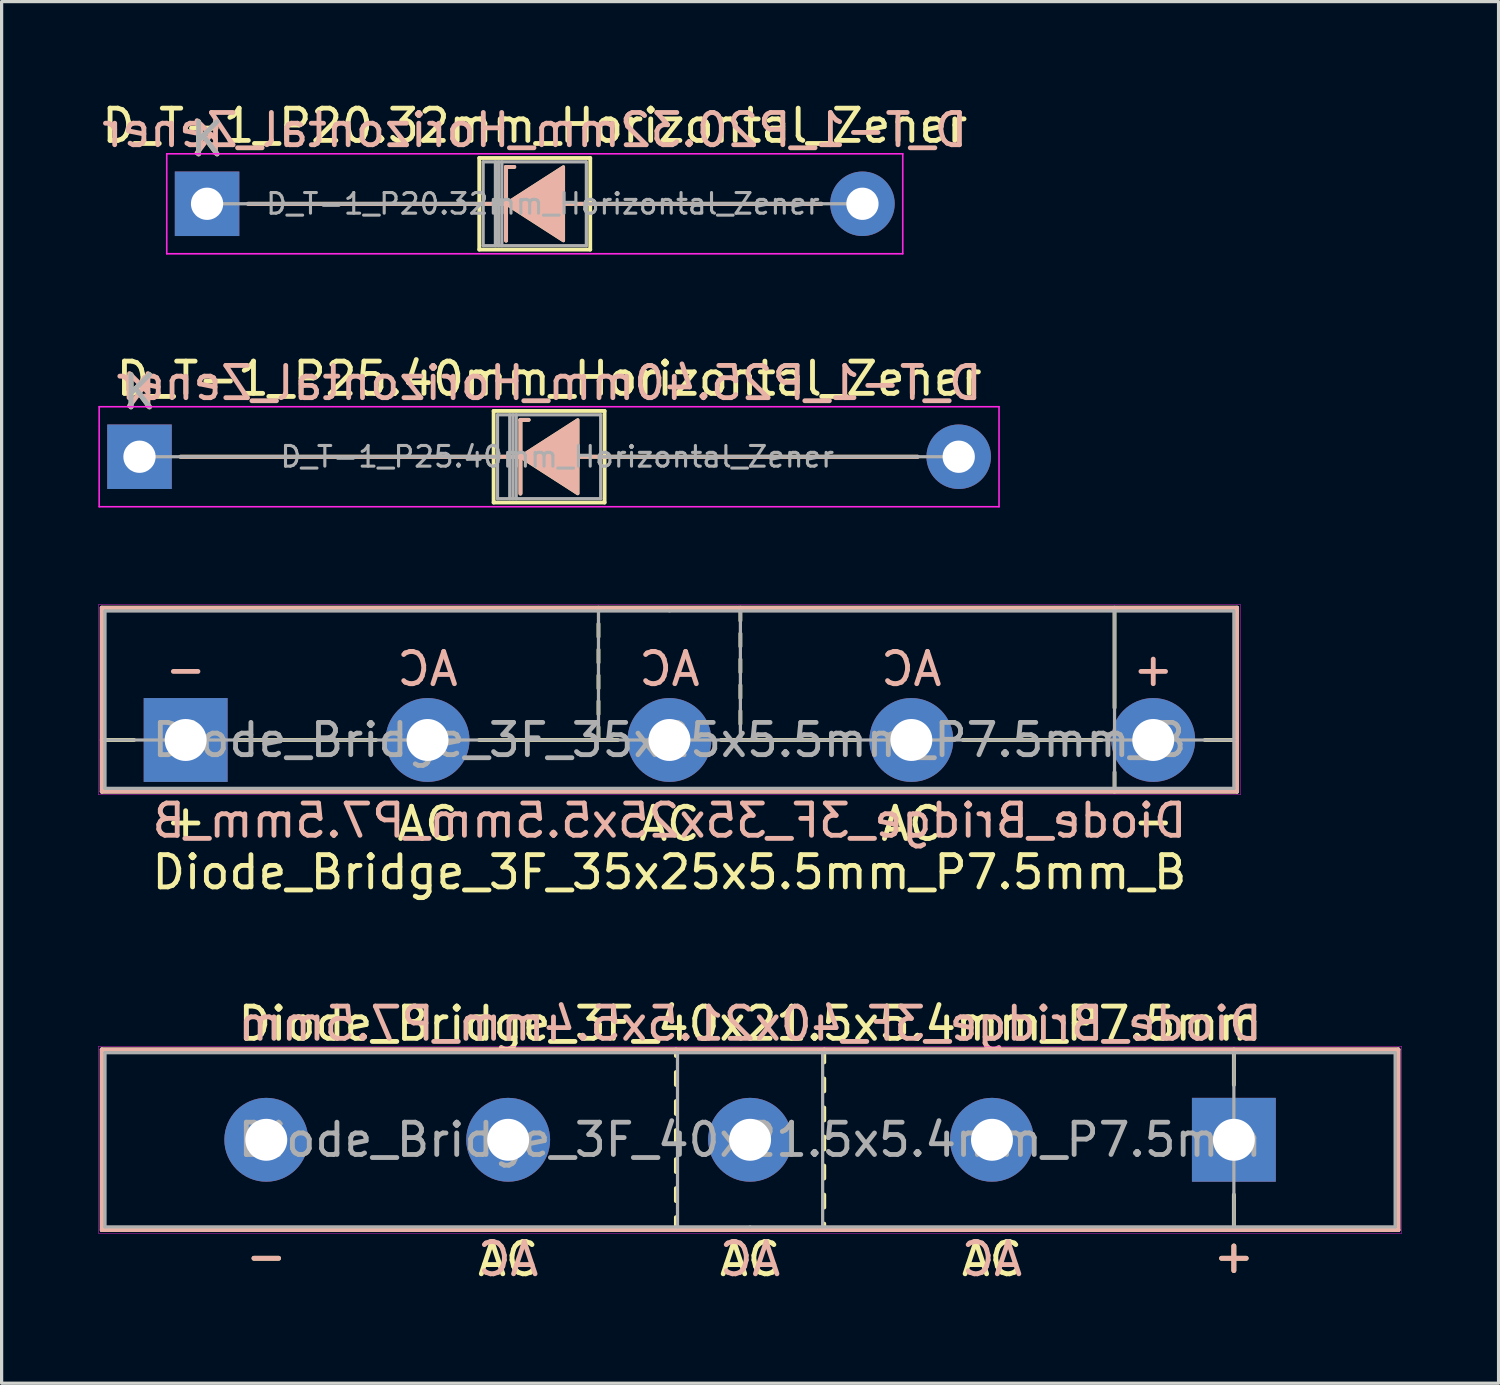
<source format=kicad_pcb>
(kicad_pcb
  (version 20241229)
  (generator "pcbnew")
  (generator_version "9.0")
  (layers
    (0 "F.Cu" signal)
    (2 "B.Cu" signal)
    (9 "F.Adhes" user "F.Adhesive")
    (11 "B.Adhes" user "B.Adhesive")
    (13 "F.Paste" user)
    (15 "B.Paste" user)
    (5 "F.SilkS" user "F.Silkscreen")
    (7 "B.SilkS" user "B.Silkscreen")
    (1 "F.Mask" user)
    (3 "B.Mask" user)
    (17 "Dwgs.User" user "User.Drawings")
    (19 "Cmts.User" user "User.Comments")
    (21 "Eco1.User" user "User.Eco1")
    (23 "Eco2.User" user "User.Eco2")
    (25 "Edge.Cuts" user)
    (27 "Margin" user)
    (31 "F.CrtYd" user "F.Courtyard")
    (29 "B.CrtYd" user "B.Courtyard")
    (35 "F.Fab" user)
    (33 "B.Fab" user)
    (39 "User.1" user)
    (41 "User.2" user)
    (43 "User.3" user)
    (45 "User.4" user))
  (footprint "Diode_Bridge_3F_35x25x5.5mm_P7.5mm_B"
    (layer "F.Cu")
    (at 2.706 19.893)
    (property "Reference" "Diode_Bridge_3F_35x25x5.5mm_P7.5mm_B" (at 15 4.1 0) (unlocked yes) (layer "F.SilkS") (effects (font (size 1 1) (thickness 0.15))))
    (fp_line (start -2.6 -4.1) (end 32.6 -4.1) (stroke (width 0.12) (type solid)) (layer "F.SilkS"))
    (fp_line (start -2.6 0) (end -1.6 0) (stroke (width 0.12) (type solid)) (layer "F.SilkS"))
    (fp_line (start -2.6 1.6) (end -2.6 -4.1) (stroke (width 0.12) (type solid)) (layer "F.SilkS"))
    (fp_line (start 1.6 0) (end 5.9 0) (stroke (width 0.12) (type solid)) (layer "F.SilkS"))
    (fp_line (start 9.1 0) (end 13.4 0) (stroke (width 0.12) (type solid)) (layer "F.SilkS"))
    (fp_line (start 12.8 -4) (end 12.8 -4.1) (stroke (width 0.12) (type solid)) (layer "F.SilkS"))
    (fp_line (start 12.8 -3.2) (end 12.8 -3.6) (stroke (width 0.12) (type solid)) (layer "F.SilkS"))
    (fp_line (start 12.8 -2.4) (end 12.8 -2.8) (stroke (width 0.12) (type solid)) (layer "F.SilkS"))
    (fp_line (start 12.8 -1.6) (end 12.8 -2) (stroke (width 0.12) (type solid)) (layer "F.SilkS"))
    (fp_line (start 12.8 -0.8) (end 12.8 -1.2) (stroke (width 0.12) (type solid)) (layer "F.SilkS"))
    (fp_line (start 12.8 0) (end 12.8 -0.4) (stroke (width 0.12) (type solid)) (layer "F.SilkS"))
    (fp_line (start 16.6 0) (end 20.9 0) (stroke (width 0.12) (type solid)) (layer "F.SilkS"))
    (fp_line (start 17.2 -4.1) (end 17.2 -3.7) (stroke (width 0.12) (type solid)) (layer "F.SilkS"))
    (fp_line (start 17.2 -3.3) (end 17.2 -2.9) (stroke (width 0.12) (type solid)) (layer "F.SilkS"))
    (fp_line (start 17.2 -2.5) (end 17.2 -2.1) (stroke (width 0.12) (type solid)) (layer "F.SilkS"))
    (fp_line (start 17.2 -1.7) (end 17.2 -1.3) (stroke (width 0.12) (type solid)) (layer "F.SilkS"))
    (fp_line (start 17.2 -0.9) (end 17.2 -0.5) (stroke (width 0.12) (type solid)) (layer "F.SilkS"))
    (fp_line (start 17.2 -0.1) (end 17.2 0) (stroke (width 0.12) (type solid)) (layer "F.SilkS"))
    (fp_line (start 24.1 0) (end 28.4 0) (stroke (width 0.12) (type solid)) (layer "F.SilkS"))
    (fp_line (start 28.8 -4.1) (end 28.8 -1) (stroke (width 0.12) (type solid)) (layer "F.SilkS"))
    (fp_line (start 28.8 1.6) (end 28.8 1) (stroke (width 0.12) (type solid)) (layer "F.SilkS"))
    (fp_line (start 31.6 0) (end 32.6 0) (stroke (width 0.12) (type solid)) (layer "F.SilkS"))
    (fp_line (start 32.6 -4.1) (end 32.6 1.6) (stroke (width 0.12) (type solid)) (layer "F.SilkS"))
    (fp_line (start 32.6 1.6) (end -2.6 1.6) (stroke (width 0.12) (type solid)) (layer "F.SilkS"))
    (fp_line (start -2.6 -4.1) (end 32.6 -4.1) (stroke (width 0.12) (type solid)) (layer "B.SilkS"))
    (fp_line (start -2.6 1.6) (end -2.6 -4.1) (stroke (width 0.12) (type solid)) (layer "B.SilkS"))
    (fp_line (start 32.6 -4.1) (end 32.6 1.6) (stroke (width 0.12) (type solid)) (layer "B.SilkS"))
    (fp_line (start 32.6 1.6) (end -2.6 1.6) (stroke (width 0.12) (type solid)) (layer "B.SilkS"))
    (fp_line (start -2.7 -4.2) (end 32.7 -4.2) (stroke (width 0.013) (type solid)) (layer "F.CrtYd"))
    (fp_line (start -2.7 1.7) (end -2.7 -4.2) (stroke (width 0.013) (type solid)) (layer "F.CrtYd"))
    (fp_line (start 32.7 -4.2) (end 32.7 1.7) (stroke (width 0.013) (type solid)) (layer "F.CrtYd"))
    (fp_line (start 32.7 1.7) (end -2.7 1.7) (stroke (width 0.013) (type solid)) (layer "F.CrtYd"))
    (fp_line (start -2.5 0) (end -2.5 -4) (stroke (width 0.1) (type solid)) (layer "F.Fab"))
    (fp_line (start -2.5 0) (end -2.5 1.5) (stroke (width 0.1) (type solid)) (layer "F.Fab"))
    (fp_line (start -2.5 1.5) (end 32.5 1.5) (stroke (width 0.1) (type solid)) (layer "F.Fab"))
    (fp_line (start 12.8 -4) (end 12.8 0) (stroke (width 0.1) (type solid)) (layer "F.Fab"))
    (fp_line (start 15 -4) (end -2.5 -4) (stroke (width 0.1) (type solid)) (layer "F.Fab"))
    (fp_line (start 15 -4) (end 32.5 -4) (stroke (width 0.1) (type solid)) (layer "F.Fab"))
    (fp_line (start 17.2 -4) (end 17.2 0) (stroke (width 0.1) (type solid)) (layer "F.Fab"))
    (fp_line (start 28.8 1.5) (end 28.8 -4) (stroke (width 0.1) (type solid)) (layer "F.Fab"))
    (fp_line (start 32.5 -4) (end 32.5 0) (stroke (width 0.1) (type solid)) (layer "F.Fab"))
    (fp_line (start 32.5 0) (end -2.5 0) (stroke (width 0.1) (type solid)) (layer "F.Fab"))
    (fp_line (start 32.5 1.5) (end 32.5 0) (stroke (width 0.1) (type solid)) (layer "F.Fab"))
    (fp_text user "AC" (at 15 2.6 0) (layer "F.SilkS") (effects (font (size 1 1) (thickness 0.15))))
    (fp_text user "AC" (at 22.5 2.6 0) (layer "F.SilkS") (effects (font (size 1 1) (thickness 0.15))))
    (fp_text user "-" (at 30 2.5 0) (layer "F.SilkS") (effects (font (size 1 1) (thickness 0.15))))
    (fp_text user "AC" (at 7.5 2.6 0) (layer "F.SilkS") (effects (font (size 1 1) (thickness 0.15))))
    (fp_text user "+" (at 0 2.5 0) (layer "F.SilkS") (effects (font (size 1 1) (thickness 0.15))))
    (fp_text user "AC" (at 22.5 -2.2 0) (layer "B.SilkS") (effects (font (size 1 1) (thickness 0.15)) (justify mirror)))
    (fp_text user "AC" (at 15 -2.2 0) (layer "B.SilkS") (effects (font (size 1 1) (thickness 0.15)) (justify mirror)))
    (fp_text user "-" (at 0 -2.2 0) (layer "B.SilkS") (effects (font (size 1 1) (thickness 0.15)) (justify mirror)))
    (fp_text user "+" (at 30 -2.2 0) (layer "B.SilkS") (effects (font (size 1 1) (thickness 0.15)) (justify mirror)))
    (fp_text user "${REFERENCE}" (at 15 2.5 0) (layer "B.SilkS") (effects (font (size 1 1) (thickness 0.15)) (justify mirror)))
    (fp_text user "AC" (at 7.5 -2.2 0) (layer "B.SilkS") (effects (font (size 1 1) (thickness 0.15)) (justify mirror)))
    (fp_text user "${REFERENCE}" (at 15 0 0) (layer "F.Fab") (effects (font (size 1 1) (thickness 0.15))))
    (pad "1" thru_hole rect (at 0 0) (size 2.6 2.6) (drill 1.3) (layers "*.Cu" "*.Mask"))
    (pad "2" thru_hole circle (at 7.5 0) (size 2.6 2.6) (drill 1.3) (layers "*.Cu" "*.Mask"))
    (pad "3" thru_hole circle (at 15 0) (size 2.6 2.6) (drill 1.3) (layers "*.Cu" "*.Mask"))
    (pad "4" thru_hole circle (at 22.5 0) (size 2.6 2.6) (drill 1.3) (layers "*.Cu" "*.Mask"))
    (pad "5" thru_hole circle (at 30 0) (size 2.6 2.6) (drill 1.3) (layers "*.Cu" "*.Mask")))
  (footprint "Diode_Bridge_3F_40x21.5x5.4mm_P7.5mm"
    (layer "F.Cu")
    (at 35.206 32.289)
    (property "Reference" "Diode_Bridge_3F_40x21.5x5.4mm_P7.5mm" (at -15 -3.6 0) (unlocked yes) (layer "F.SilkS") (effects (font (size 1 1) (thickness 0.15))))
    (fp_line (start -35.1 -2.8) (end 5.1 -2.8) (stroke (width 0.12) (type solid)) (layer "F.SilkS"))
    (fp_line (start -35.1 2.8) (end -35.1 -2.8) (stroke (width 0.12) (type solid)) (layer "F.SilkS"))
    (fp_line (start -17.3 -2.6) (end -17.3 -2.8) (stroke (width 0.12) (type solid)) (layer "F.SilkS"))
    (fp_line (start -17.3 -1.7) (end -17.3 -2.1) (stroke (width 0.12) (type solid)) (layer "F.SilkS"))
    (fp_line (start -17.3 -0.8) (end -17.3 -1.2) (stroke (width 0.12) (type solid)) (layer "F.SilkS"))
    (fp_line (start -17.3 0.1) (end -17.3 -0.3) (stroke (width 0.12) (type solid)) (layer "F.SilkS"))
    (fp_line (start -17.3 1) (end -17.3 0.6) (stroke (width 0.12) (type solid)) (layer "F.SilkS"))
    (fp_line (start -17.3 1.9) (end -17.3 1.5) (stroke (width 0.12) (type solid)) (layer "F.SilkS"))
    (fp_line (start -17.3 2.8) (end -17.3 2.4) (stroke (width 0.12) (type solid)) (layer "F.SilkS"))
    (fp_line (start -12.7 -2.8) (end -12.7 -2.4) (stroke (width 0.12) (type solid)) (layer "F.SilkS"))
    (fp_line (start -12.7 -1.9) (end -12.7 -1.5) (stroke (width 0.12) (type solid)) (layer "F.SilkS"))
    (fp_line (start -12.7 -1) (end -12.7 -0.6) (stroke (width 0.12) (type solid)) (layer "F.SilkS"))
    (fp_line (start -12.7 -0.1) (end -12.7 0.3) (stroke (width 0.12) (type solid)) (layer "F.SilkS"))
    (fp_line (start -12.7 0.8) (end -12.7 1.2) (stroke (width 0.12) (type solid)) (layer "F.SilkS"))
    (fp_line (start -12.7 1.7) (end -12.7 2.1) (stroke (width 0.12) (type solid)) (layer "F.SilkS"))
    (fp_line (start -12.7 2.6) (end -12.7 2.8) (stroke (width 0.12) (type solid)) (layer "F.SilkS"))
    (fp_line (start 0 -1.7) (end 0 -2.8) (stroke (width 0.12) (type solid)) (layer "F.SilkS"))
    (fp_line (start 0 2.8) (end 0 1.7) (stroke (width 0.12) (type solid)) (layer "F.SilkS"))
    (fp_line (start 5.1 -2.8) (end 5.1 2.8) (stroke (width 0.12) (type solid)) (layer "F.SilkS"))
    (fp_line (start 5.1 2.8) (end -35.1 2.8) (stroke (width 0.12) (type solid)) (layer "F.SilkS"))
    (fp_line (start -35.1 -2.8) (end 5.1 -2.8) (stroke (width 0.12) (type solid)) (layer "B.SilkS"))
    (fp_line (start -35.1 2.8) (end -35.1 -2.8) (stroke (width 0.12) (type solid)) (layer "B.SilkS"))
    (fp_line (start 5.1 -2.8) (end 5.1 2.8) (stroke (width 0.12) (type solid)) (layer "B.SilkS"))
    (fp_line (start 5.1 2.8) (end -35.1 2.8) (stroke (width 0.12) (type solid)) (layer "B.SilkS"))
    (fp_line (start -35.2 -2.9) (end -35.2 2.9) (stroke (width 0.013) (type solid)) (layer "F.CrtYd"))
    (fp_line (start -35.2 2.9) (end 5.2 2.9) (stroke (width 0.013) (type solid)) (layer "F.CrtYd"))
    (fp_line (start 5.2 -2.9) (end -35.2 -2.9) (stroke (width 0.013) (type solid)) (layer "F.CrtYd"))
    (fp_line (start 5.2 2.9) (end 5.2 -2.9) (stroke (width 0.013) (type solid)) (layer "F.CrtYd"))
    (fp_line (start -35 -2.7) (end 5 -2.7) (stroke (width 0.1) (type solid)) (layer "F.Fab"))
    (fp_line (start -35 2.7) (end -35 -2.7) (stroke (width 0.1) (type solid)) (layer "F.Fab"))
    (fp_line (start -17.25 0) (end -17.25 -2.7) (stroke (width 0.1) (type solid)) (layer "F.Fab"))
    (fp_line (start -17.25 0) (end -17.25 2.65) (stroke (width 0.1) (type solid)) (layer "F.Fab"))
    (fp_line (start -17.25 2.65) (end -17.25 2.7) (stroke (width 0.1) (type solid)) (layer "F.Fab"))
    (fp_line (start -15 2.7) (end -35 2.7) (stroke (width 0.1) (type solid)) (layer "F.Fab"))
    (fp_line (start -12.75 0) (end -12.75 -2.7) (stroke (width 0.1) (type solid)) (layer "F.Fab"))
    (fp_line (start -12.75 0) (end -12.75 2.7) (stroke (width 0.1) (type solid)) (layer "F.Fab"))
    (fp_line (start 0 2.7) (end 0 -2.7) (stroke (width 0.1) (type solid)) (layer "F.Fab"))
    (fp_line (start 5 -2.7) (end 5 2.7) (stroke (width 0.1) (type solid)) (layer "F.Fab"))
    (fp_line (start 5 2.7) (end -15 2.7) (stroke (width 0.1) (type solid)) (layer "F.Fab"))
    (fp_text user "AC" (at -7.5 3.7 0) (layer "F.SilkS") (effects (font (size 1 1) (thickness 0.15))))
    (fp_text user "-" (at -30 3.6 0) (layer "F.SilkS") (effects (font (size 1 1) (thickness 0.15))))
    (fp_text user "AC" (at -22.5 3.7 0) (layer "F.SilkS") (effects (font (size 1 1) (thickness 0.15))))
    (fp_text user "+" (at 0 3.6 0) (layer "F.SilkS") (effects (font (size 1 1) (thickness 0.15))))
    (fp_text user "AC" (at -15 3.7 0) (layer "F.SilkS") (effects (font (size 1 1) (thickness 0.15))))
    (fp_text user "AC" (at -7.5 3.7 180) (layer "B.SilkS") (effects (font (size 1 1) (thickness 0.15)) (justify mirror)))
    (fp_text user "${REFERENCE}" (at -15 -3.6 0) (layer "B.SilkS") (effects (font (size 1 1) (thickness 0.15)) (justify mirror)))
    (fp_text user "AC" (at -15 3.7 180) (layer "B.SilkS") (effects (font (size 1 1) (thickness 0.15)) (justify mirror)))
    (fp_text user "AC" (at -22.5 3.7 180) (layer "B.SilkS") (effects (font (size 1 1) (thickness 0.15)) (justify mirror)))
    (fp_text user "+" (at 0 3.6 180) (layer "B.SilkS") (effects (font (size 1 1) (thickness 0.15)) (justify mirror)))
    (fp_text user "-" (at -30 3.6 180) (layer "B.SilkS") (effects (font (size 1 1) (thickness 0.15)) (justify mirror)))
    (fp_text user "${REFERENCE}" (at -15 0 0) (layer "F.Fab") (effects (font (size 1 1) (thickness 0.15))))
    (pad "1" thru_hole rect (at 0 0) (size 2.6 2.6) (drill 1.3) (layers "*.Cu" "*.Mask"))
    (pad "2" thru_hole circle (at -7.5 0) (size 2.6 2.6) (drill 1.3) (layers "*.Cu" "*.Mask"))
    (pad "3" thru_hole circle (at -15 0) (size 2.6 2.6) (drill 1.3) (layers "*.Cu" "*.Mask"))
    (pad "4" thru_hole circle (at -22.5 0) (size 2.6 2.6) (drill 1.3) (layers "*.Cu" "*.Mask"))
    (pad "5" thru_hole circle (at -30 0) (size 2.6 2.6) (drill 1.3) (layers "*.Cu" "*.Mask")))
  (footprint "D_T-1_P25.40mm_Horizontal_Zener"
    (layer "F.Cu")
    (at 1.275 11.111)
    (property "Reference" "D_T-1_P25.40mm_Horizontal_Zener" (at 12.7 -2.42 0) (layer "F.SilkS") (effects (font (size 1 1) (thickness 0.15))))
    (fp_line (start 1.27 0) (end 10.98 0) (stroke (width 0.12) (type solid)) (layer "F.SilkS"))
    (fp_line (start 10.98 -1.42) (end 10.98 1.42) (stroke (width 0.12) (type solid)) (layer "F.SilkS"))
    (fp_line (start 10.98 1.42) (end 14.42 1.42) (stroke (width 0.12) (type solid)) (layer "F.SilkS"))
    (fp_line (start 11.811 -1.143) (end 11.811 1.143) (stroke (width 0.12) (type solid)) (layer "F.SilkS"))
    (fp_line (start 11.811 -1.143) (end 12.065 -1.143) (stroke (width 0.12) (type solid)) (layer "F.SilkS"))
    (fp_line (start 11.938 0) (end 10.98 0) (stroke (width 0.12) (type solid)) (layer "F.SilkS"))
    (fp_line (start 13.589 0) (end 14.42 0) (stroke (width 0.12) (type solid)) (layer "F.SilkS"))
    (fp_line (start 14.42 -1.42) (end 10.98 -1.42) (stroke (width 0.12) (type solid)) (layer "F.SilkS"))
    (fp_line (start 14.42 1.42) (end 14.42 -1.42) (stroke (width 0.12) (type solid)) (layer "F.SilkS"))
    (fp_line (start 24.13 0) (end 14.42 0) (stroke (width 0.12) (type solid)) (layer "F.SilkS"))
    (fp_poly (pts (xy 13.589 1.143) (xy 11.811 0) (xy 13.589 -1.143)) (stroke (width 0.1) (type solid)) (fill yes) (layer "F.SilkS"))
    (fp_line (start 1.27 0) (end 10.98 0) (stroke (width 0.12) (type solid)) (layer "B.SilkS"))
    (fp_line (start 11.811 -1.143) (end 12.065 -1.143) (stroke (width 0.12) (type solid)) (layer "B.SilkS"))
    (fp_line (start 11.811 1.143) (end 11.811 -1.143) (stroke (width 0.12) (type solid)) (layer "B.SilkS"))
    (fp_line (start 11.938 0) (end 10.98 0) (stroke (width 0.12) (type solid)) (layer "B.SilkS"))
    (fp_line (start 13.589 0) (end 14.42 0) (stroke (width 0.12) (type solid)) (layer "B.SilkS"))
    (fp_line (start 24.13 0) (end 14.42 0) (stroke (width 0.12) (type solid)) (layer "B.SilkS"))
    (fp_poly (pts (xy 13.589 -1.143) (xy 11.811 0) (xy 13.589 1.143)) (stroke (width 0.1) (type solid)) (fill yes) (layer "B.SilkS"))
    (fp_line (start -1.25 -1.55) (end -1.25 1.55) (stroke (width 0.05) (type solid)) (layer "F.CrtYd"))
    (fp_line (start -1.25 1.55) (end 26.65 1.55) (stroke (width 0.05) (type solid)) (layer "F.CrtYd"))
    (fp_line (start 26.65 -1.55) (end -1.25 -1.55) (stroke (width 0.05) (type solid)) (layer "F.CrtYd"))
    (fp_line (start 26.65 1.55) (end 26.65 -1.55) (stroke (width 0.05) (type solid)) (layer "F.CrtYd"))
    (fp_line (start 0 0) (end 11.1 0) (stroke (width 0.1) (type solid)) (layer "F.Fab"))
    (fp_line (start 11.1 -1.3) (end 11.1 1.3) (stroke (width 0.1) (type solid)) (layer "F.Fab"))
    (fp_line (start 11.1 1.3) (end 14.3 1.3) (stroke (width 0.1) (type solid)) (layer "F.Fab"))
    (fp_line (start 11.48 -1.3) (end 11.48 1.3) (stroke (width 0.1) (type solid)) (layer "F.Fab"))
    (fp_line (start 11.58 -1.3) (end 11.58 1.3) (stroke (width 0.1) (type solid)) (layer "F.Fab"))
    (fp_line (start 11.68 -1.3) (end 11.68 1.3) (stroke (width 0.1) (type solid)) (layer "F.Fab"))
    (fp_line (start 14.3 -1.3) (end 11.1 -1.3) (stroke (width 0.1) (type solid)) (layer "F.Fab"))
    (fp_line (start 14.3 1.3) (end 14.3 -1.3) (stroke (width 0.1) (type solid)) (layer "F.Fab"))
    (fp_line (start 25.4 0) (end 14.3 0) (stroke (width 0.1) (type solid)) (layer "F.Fab"))
    (fp_text user "K" (at 0 -2 0) (layer "F.SilkS") (effects (font (size 1 1) (thickness 0.15))))
    (fp_text user "${REFERENCE}" (at 12.7 -2.286 0) (layer "B.SilkS") (effects (font (size 1 1) (thickness 0.15)) (justify mirror)))
    (fp_text user "K" (at 0 -2.032 0) (layer "B.SilkS") (effects (font (size 1 1) (thickness 0.15)) (justify mirror)))
    (fp_text user "${REFERENCE}" (at 12.954 0 0) (layer "F.Fab") (effects (font (size 0.64 0.64) (thickness 0.096))))
    (fp_text user "K" (at 0 -2 0) (layer "F.Fab") (effects (font (size 1 1) (thickness 0.15))))
    (pad "1" thru_hole rect (at 0 0) (size 2 2) (drill 1) (layers "*.Cu" "*.Mask"))
    (pad "2" thru_hole oval (at 25.4 0) (size 2 2) (drill 1) (layers "*.Cu" "*.Mask")))
  (footprint "D_T-1_P20.32mm_Horizontal_Zener"
    (layer "F.Cu")
    (at 3.37 3.268)
    (property "Reference" "D_T-1_P20.32mm_Horizontal_Zener" (at 10.16 -2.42 0) (layer "F.SilkS") (effects (font (size 1 1) (thickness 0.15))))
    (fp_line (start 1.27 0) (end 8.44 0) (stroke (width 0.12) (type solid)) (layer "F.SilkS"))
    (fp_line (start 8.44 -1.42) (end 8.44 1.42) (stroke (width 0.12) (type solid)) (layer "F.SilkS"))
    (fp_line (start 8.44 1.42) (end 11.88 1.42) (stroke (width 0.12) (type solid)) (layer "F.SilkS"))
    (fp_line (start 9.271 -1.143) (end 9.271 1.143) (stroke (width 0.12) (type solid)) (layer "F.SilkS"))
    (fp_line (start 9.271 -1.143) (end 9.525 -1.143) (stroke (width 0.12) (type solid)) (layer "F.SilkS"))
    (fp_line (start 9.398 0) (end 8.44 0) (stroke (width 0.12) (type solid)) (layer "F.SilkS"))
    (fp_line (start 11.049 0) (end 11.88 0) (stroke (width 0.12) (type solid)) (layer "F.SilkS"))
    (fp_line (start 11.88 -1.42) (end 8.44 -1.42) (stroke (width 0.12) (type solid)) (layer "F.SilkS"))
    (fp_line (start 11.88 1.42) (end 11.88 -1.42) (stroke (width 0.12) (type solid)) (layer "F.SilkS"))
    (fp_line (start 19.05 0) (end 11.88 0) (stroke (width 0.12) (type solid)) (layer "F.SilkS"))
    (fp_poly (pts (xy 11.049 1.143) (xy 9.271 0) (xy 11.049 -1.143)) (stroke (width 0.1) (type solid)) (fill yes) (layer "F.SilkS"))
    (fp_line (start 1.27 0) (end 8.44 0) (stroke (width 0.12) (type solid)) (layer "B.SilkS"))
    (fp_line (start 9.271 -1.143) (end 9.525 -1.143) (stroke (width 0.12) (type solid)) (layer "B.SilkS"))
    (fp_line (start 9.271 1.143) (end 9.271 -1.143) (stroke (width 0.12) (type solid)) (layer "B.SilkS"))
    (fp_line (start 9.398 0) (end 8.44 0) (stroke (width 0.12) (type solid)) (layer "B.SilkS"))
    (fp_line (start 11.049 0) (end 11.88 0) (stroke (width 0.12) (type solid)) (layer "B.SilkS"))
    (fp_line (start 19.05 0) (end 11.88 0) (stroke (width 0.12) (type solid)) (layer "B.SilkS"))
    (fp_poly (pts (xy 11.049 -1.143) (xy 9.271 0) (xy 11.049 1.143)) (stroke (width 0.1) (type solid)) (fill yes) (layer "B.SilkS"))
    (fp_line (start -1.25 -1.55) (end -1.25 1.55) (stroke (width 0.05) (type solid)) (layer "F.CrtYd"))
    (fp_line (start -1.25 1.55) (end 21.57 1.55) (stroke (width 0.05) (type solid)) (layer "F.CrtYd"))
    (fp_line (start 21.57 -1.55) (end -1.25 -1.55) (stroke (width 0.05) (type solid)) (layer "F.CrtYd"))
    (fp_line (start 21.57 1.55) (end 21.57 -1.55) (stroke (width 0.05) (type solid)) (layer "F.CrtYd"))
    (fp_line (start 0 0) (end 8.56 0) (stroke (width 0.1) (type solid)) (layer "F.Fab"))
    (fp_line (start 8.56 -1.3) (end 8.56 1.3) (stroke (width 0.1) (type solid)) (layer "F.Fab"))
    (fp_line (start 8.56 1.3) (end 11.76 1.3) (stroke (width 0.1) (type solid)) (layer "F.Fab"))
    (fp_line (start 8.94 -1.3) (end 8.94 1.3) (stroke (width 0.1) (type solid)) (layer "F.Fab"))
    (fp_line (start 9.04 -1.3) (end 9.04 1.3) (stroke (width 0.1) (type solid)) (layer "F.Fab"))
    (fp_line (start 9.14 -1.3) (end 9.14 1.3) (stroke (width 0.1) (type solid)) (layer "F.Fab"))
    (fp_line (start 11.76 -1.3) (end 8.56 -1.3) (stroke (width 0.1) (type solid)) (layer "F.Fab"))
    (fp_line (start 11.76 1.3) (end 11.76 -1.3) (stroke (width 0.1) (type solid)) (layer "F.Fab"))
    (fp_line (start 20.32 0) (end 11.76 0) (stroke (width 0.1) (type solid)) (layer "F.Fab"))
    (fp_text user "K" (at 0 -2 0) (layer "F.SilkS") (effects (font (size 1 1) (thickness 0.15))))
    (fp_text user "${REFERENCE}" (at 10.16 -2.286 0) (layer "B.SilkS") (effects (font (size 1 1) (thickness 0.15)) (justify mirror)))
    (fp_text user "K" (at 0 -2.032 0) (layer "B.SilkS") (effects (font (size 1 1) (thickness 0.15)) (justify mirror)))
    (fp_text user "${REFERENCE}" (at 10.414 0 0) (layer "F.Fab") (effects (font (size 0.64 0.64) (thickness 0.096))))
    (fp_text user "K" (at 0 -2 0) (layer "F.Fab") (effects (font (size 1 1) (thickness 0.15))))
    (pad "1" thru_hole rect (at 0 0) (size 2 2) (drill 1) (layers "*.Cu" "*.Mask"))
    (pad "2" thru_hole oval (at 20.32 0) (size 2 2) (drill 1) (layers "*.Cu" "*.Mask")))
  (gr_rect
    (start -3 -3)
    (end 43.413 39.837)
    (stroke (width 0.1) (type default))
    (fill no)
    (layer "Edge.Cuts")))
</source>
